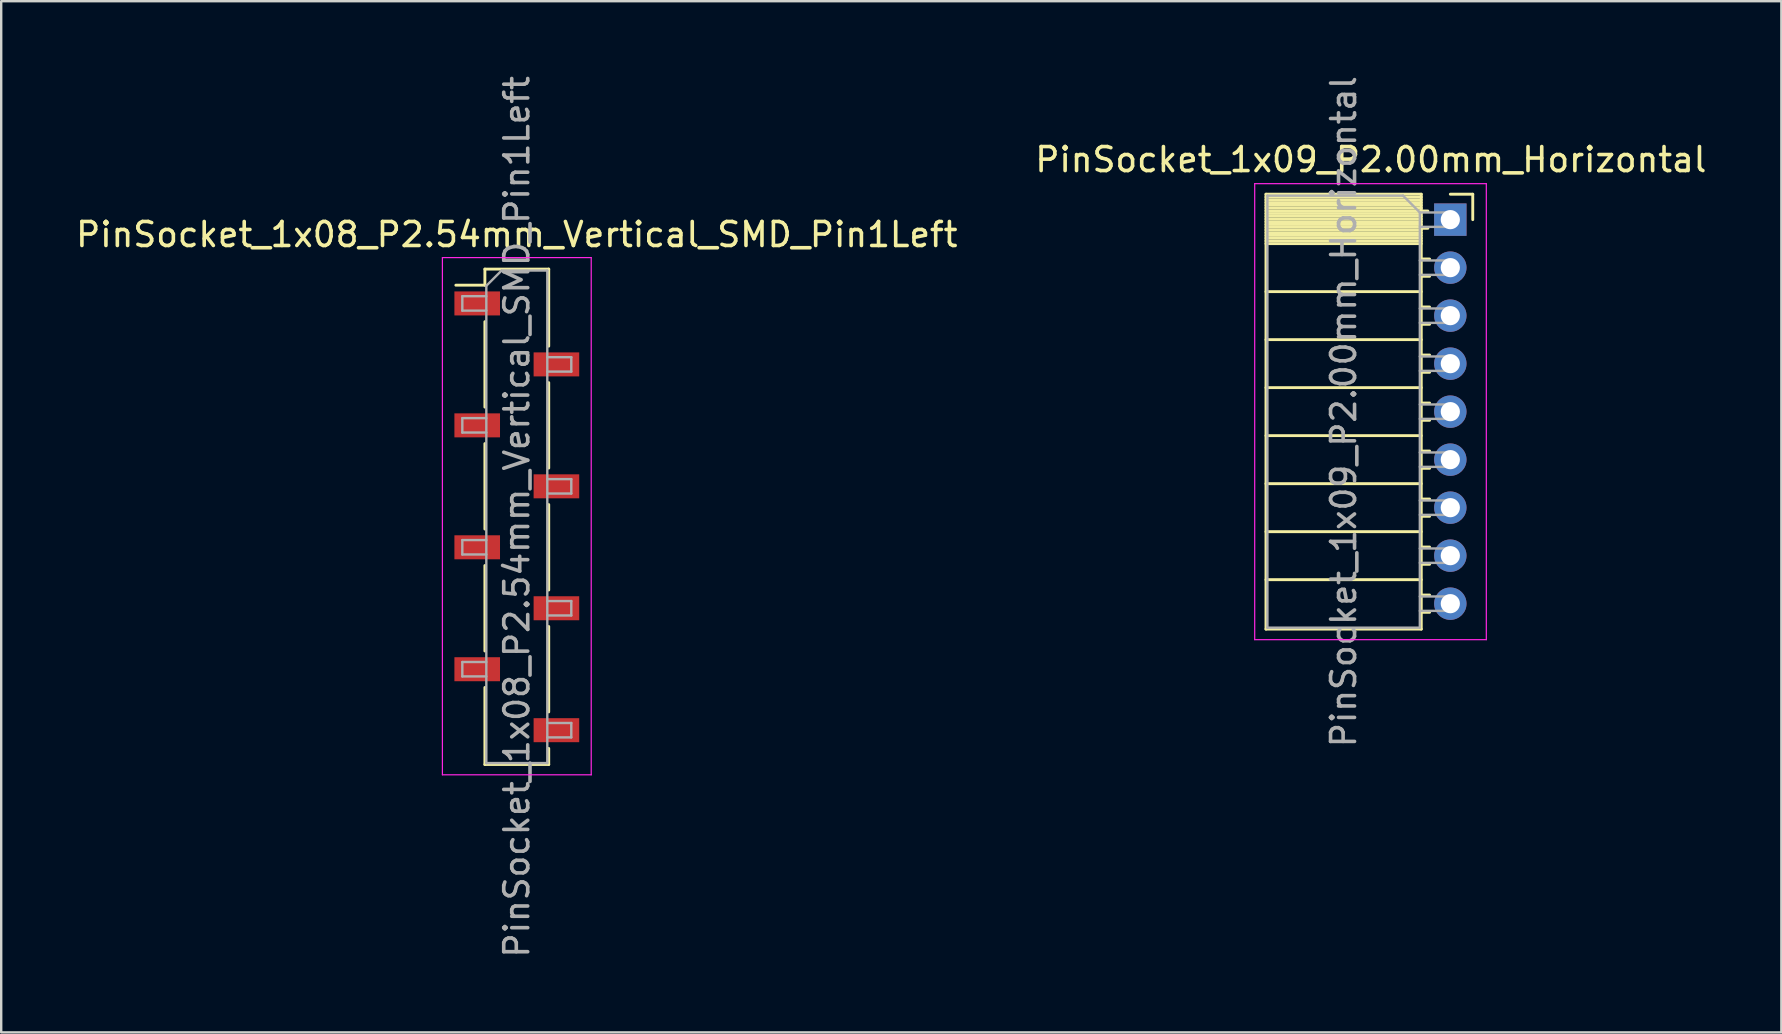
<source format=kicad_pcb>
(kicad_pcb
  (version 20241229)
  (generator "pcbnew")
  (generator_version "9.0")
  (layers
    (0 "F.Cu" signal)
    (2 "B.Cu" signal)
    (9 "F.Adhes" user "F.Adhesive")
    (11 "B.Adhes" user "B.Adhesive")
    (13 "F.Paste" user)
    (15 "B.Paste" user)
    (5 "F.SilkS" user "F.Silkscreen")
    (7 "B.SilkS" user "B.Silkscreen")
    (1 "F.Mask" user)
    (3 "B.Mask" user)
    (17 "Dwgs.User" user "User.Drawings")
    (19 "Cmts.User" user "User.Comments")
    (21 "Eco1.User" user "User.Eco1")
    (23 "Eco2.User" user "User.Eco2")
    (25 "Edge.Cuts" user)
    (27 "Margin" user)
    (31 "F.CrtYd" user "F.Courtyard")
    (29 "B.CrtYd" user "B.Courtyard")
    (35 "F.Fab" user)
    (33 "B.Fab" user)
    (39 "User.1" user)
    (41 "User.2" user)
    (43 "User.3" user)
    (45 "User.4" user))
  (footprint "PinSocket_1x09_P2.00mm_Horizontal"
    (layer "F.Cu")
    (at 57.375 6.101)
    (property "Reference" "PinSocket_1x09_P2.00mm_Horizontal" (at -3.31 -2.5 0) (layer "F.SilkS") (effects (font (size 1 1) (thickness 0.15))))
    (attr through_hole)
    (fp_line (start -7.68 -1.06) (end -7.68 17.06) (stroke (width 0.12) (type solid)) (layer "F.SilkS"))
    (fp_line (start -7.68 -1.06) (end -1.21 -1.06) (stroke (width 0.12) (type solid)) (layer "F.SilkS"))
    (fp_line (start -7.68 -0.94) (end -1.21 -0.94) (stroke (width 0.12) (type solid)) (layer "F.SilkS"))
    (fp_line (start -7.68 -0.826) (end -1.21 -0.826) (stroke (width 0.12) (type solid)) (layer "F.SilkS"))
    (fp_line (start -7.68 -0.712) (end -1.21 -0.712) (stroke (width 0.12) (type solid)) (layer "F.SilkS"))
    (fp_line (start -7.68 -0.598) (end -1.21 -0.598) (stroke (width 0.12) (type solid)) (layer "F.SilkS"))
    (fp_line (start -7.68 -0.484) (end -1.21 -0.484) (stroke (width 0.12) (type solid)) (layer "F.SilkS"))
    (fp_line (start -7.68 -0.369) (end -1.21 -0.369) (stroke (width 0.12) (type solid)) (layer "F.SilkS"))
    (fp_line (start -7.68 -0.255) (end -1.21 -0.255) (stroke (width 0.12) (type solid)) (layer "F.SilkS"))
    (fp_line (start -7.68 -0.141) (end -1.21 -0.141) (stroke (width 0.12) (type solid)) (layer "F.SilkS"))
    (fp_line (start -7.68 -0.027) (end -1.21 -0.027) (stroke (width 0.12) (type solid)) (layer "F.SilkS"))
    (fp_line (start -7.68 0.087) (end -1.21 0.087) (stroke (width 0.12) (type solid)) (layer "F.SilkS"))
    (fp_line (start -7.68 0.201) (end -1.21 0.201) (stroke (width 0.12) (type solid)) (layer "F.SilkS"))
    (fp_line (start -7.68 0.315) (end -1.21 0.315) (stroke (width 0.12) (type solid)) (layer "F.SilkS"))
    (fp_line (start -7.68 0.429) (end -1.21 0.429) (stroke (width 0.12) (type solid)) (layer "F.SilkS"))
    (fp_line (start -7.68 0.544) (end -1.21 0.544) (stroke (width 0.12) (type solid)) (layer "F.SilkS"))
    (fp_line (start -7.68 0.658) (end -1.21 0.658) (stroke (width 0.12) (type solid)) (layer "F.SilkS"))
    (fp_line (start -7.68 0.772) (end -1.21 0.772) (stroke (width 0.12) (type solid)) (layer "F.SilkS"))
    (fp_line (start -7.68 0.886) (end -1.21 0.886) (stroke (width 0.12) (type solid)) (layer "F.SilkS"))
    (fp_line (start -7.68 1) (end -1.21 1) (stroke (width 0.12) (type solid)) (layer "F.SilkS"))
    (fp_line (start -7.68 3) (end -1.21 3) (stroke (width 0.12) (type solid)) (layer "F.SilkS"))
    (fp_line (start -7.68 5) (end -1.21 5) (stroke (width 0.12) (type solid)) (layer "F.SilkS"))
    (fp_line (start -7.68 7) (end -1.21 7) (stroke (width 0.12) (type solid)) (layer "F.SilkS"))
    (fp_line (start -7.68 9) (end -1.21 9) (stroke (width 0.12) (type solid)) (layer "F.SilkS"))
    (fp_line (start -7.68 11) (end -1.21 11) (stroke (width 0.12) (type solid)) (layer "F.SilkS"))
    (fp_line (start -7.68 13) (end -1.21 13) (stroke (width 0.12) (type solid)) (layer "F.SilkS"))
    (fp_line (start -7.68 15) (end -1.21 15) (stroke (width 0.12) (type solid)) (layer "F.SilkS"))
    (fp_line (start -7.68 17.06) (end -1.21 17.06) (stroke (width 0.12) (type solid)) (layer "F.SilkS"))
    (fp_line (start -1.21 -1.06) (end -1.21 17.06) (stroke (width 0.12) (type solid)) (layer "F.SilkS"))
    (fp_line (start -1.21 -0.36) (end -0.935 -0.36) (stroke (width 0.12) (type solid)) (layer "F.SilkS"))
    (fp_line (start -1.21 0.36) (end -0.935 0.36) (stroke (width 0.12) (type solid)) (layer "F.SilkS"))
    (fp_line (start -1.21 1.64) (end -0.863 1.64) (stroke (width 0.12) (type solid)) (layer "F.SilkS"))
    (fp_line (start -1.21 2.36) (end -0.863 2.36) (stroke (width 0.12) (type solid)) (layer "F.SilkS"))
    (fp_line (start -1.21 3.64) (end -0.863 3.64) (stroke (width 0.12) (type solid)) (layer "F.SilkS"))
    (fp_line (start -1.21 4.36) (end -0.863 4.36) (stroke (width 0.12) (type solid)) (layer "F.SilkS"))
    (fp_line (start -1.21 5.64) (end -0.863 5.64) (stroke (width 0.12) (type solid)) (layer "F.SilkS"))
    (fp_line (start -1.21 6.36) (end -0.863 6.36) (stroke (width 0.12) (type solid)) (layer "F.SilkS"))
    (fp_line (start -1.21 7.64) (end -0.863 7.64) (stroke (width 0.12) (type solid)) (layer "F.SilkS"))
    (fp_line (start -1.21 8.36) (end -0.863 8.36) (stroke (width 0.12) (type solid)) (layer "F.SilkS"))
    (fp_line (start -1.21 9.64) (end -0.863 9.64) (stroke (width 0.12) (type solid)) (layer "F.SilkS"))
    (fp_line (start -1.21 10.36) (end -0.863 10.36) (stroke (width 0.12) (type solid)) (layer "F.SilkS"))
    (fp_line (start -1.21 11.64) (end -0.863 11.64) (stroke (width 0.12) (type solid)) (layer "F.SilkS"))
    (fp_line (start -1.21 12.36) (end -0.863 12.36) (stroke (width 0.12) (type solid)) (layer "F.SilkS"))
    (fp_line (start -1.21 13.64) (end -0.863 13.64) (stroke (width 0.12) (type solid)) (layer "F.SilkS"))
    (fp_line (start -1.21 14.36) (end -0.863 14.36) (stroke (width 0.12) (type solid)) (layer "F.SilkS"))
    (fp_line (start -1.21 15.64) (end -0.863 15.64) (stroke (width 0.12) (type solid)) (layer "F.SilkS"))
    (fp_line (start -1.21 16.36) (end -0.863 16.36) (stroke (width 0.12) (type solid)) (layer "F.SilkS"))
    (fp_line (start 0 -1.06) (end 0.935 -1.06) (stroke (width 0.12) (type solid)) (layer "F.SilkS"))
    (fp_line (start 0.935 -1.06) (end 0.935 0) (stroke (width 0.12) (type solid)) (layer "F.SilkS"))
    (fp_line (start -8.15 -1.5) (end -8.15 17.5) (stroke (width 0.05) (type solid)) (layer "F.CrtYd"))
    (fp_line (start -8.15 17.5) (end 1.5 17.5) (stroke (width 0.05) (type solid)) (layer "F.CrtYd"))
    (fp_line (start 1.5 -1.5) (end -8.15 -1.5) (stroke (width 0.05) (type solid)) (layer "F.CrtYd"))
    (fp_line (start 1.5 17.5) (end 1.5 -1.5) (stroke (width 0.05) (type solid)) (layer "F.CrtYd"))
    (fp_line (start -7.62 -1) (end -1.97 -1) (stroke (width 0.1) (type solid)) (layer "F.Fab"))
    (fp_line (start -7.62 17) (end -7.62 -1) (stroke (width 0.1) (type solid)) (layer "F.Fab"))
    (fp_line (start -1.97 -1) (end -1.27 -0.3) (stroke (width 0.1) (type solid)) (layer "F.Fab"))
    (fp_line (start -1.27 -0.3) (end -1.27 17) (stroke (width 0.1) (type solid)) (layer "F.Fab"))
    (fp_line (start -1.27 0.3) (end 0 0.3) (stroke (width 0.1) (type solid)) (layer "F.Fab"))
    (fp_line (start -1.27 2.3) (end 0 2.3) (stroke (width 0.1) (type solid)) (layer "F.Fab"))
    (fp_line (start -1.27 4.3) (end 0 4.3) (stroke (width 0.1) (type solid)) (layer "F.Fab"))
    (fp_line (start -1.27 6.3) (end 0 6.3) (stroke (width 0.1) (type solid)) (layer "F.Fab"))
    (fp_line (start -1.27 8.3) (end 0 8.3) (stroke (width 0.1) (type solid)) (layer "F.Fab"))
    (fp_line (start -1.27 10.3) (end 0 10.3) (stroke (width 0.1) (type solid)) (layer "F.Fab"))
    (fp_line (start -1.27 12.3) (end 0 12.3) (stroke (width 0.1) (type solid)) (layer "F.Fab"))
    (fp_line (start -1.27 14.3) (end 0 14.3) (stroke (width 0.1) (type solid)) (layer "F.Fab"))
    (fp_line (start -1.27 16.3) (end 0 16.3) (stroke (width 0.1) (type solid)) (layer "F.Fab"))
    (fp_line (start -1.27 17) (end -7.62 17) (stroke (width 0.1) (type solid)) (layer "F.Fab"))
    (fp_line (start 0 -0.3) (end -1.27 -0.3) (stroke (width 0.1) (type solid)) (layer "F.Fab"))
    (fp_line (start 0 0.3) (end 0 -0.3) (stroke (width 0.1) (type solid)) (layer "F.Fab"))
    (fp_line (start 0 1.7) (end -1.27 1.7) (stroke (width 0.1) (type solid)) (layer "F.Fab"))
    (fp_line (start 0 2.3) (end 0 1.7) (stroke (width 0.1) (type solid)) (layer "F.Fab"))
    (fp_line (start 0 3.7) (end -1.27 3.7) (stroke (width 0.1) (type solid)) (layer "F.Fab"))
    (fp_line (start 0 4.3) (end 0 3.7) (stroke (width 0.1) (type solid)) (layer "F.Fab"))
    (fp_line (start 0 5.7) (end -1.27 5.7) (stroke (width 0.1) (type solid)) (layer "F.Fab"))
    (fp_line (start 0 6.3) (end 0 5.7) (stroke (width 0.1) (type solid)) (layer "F.Fab"))
    (fp_line (start 0 7.7) (end -1.27 7.7) (stroke (width 0.1) (type solid)) (layer "F.Fab"))
    (fp_line (start 0 8.3) (end 0 7.7) (stroke (width 0.1) (type solid)) (layer "F.Fab"))
    (fp_line (start 0 9.7) (end -1.27 9.7) (stroke (width 0.1) (type solid)) (layer "F.Fab"))
    (fp_line (start 0 10.3) (end 0 9.7) (stroke (width 0.1) (type solid)) (layer "F.Fab"))
    (fp_line (start 0 11.7) (end -1.27 11.7) (stroke (width 0.1) (type solid)) (layer "F.Fab"))
    (fp_line (start 0 12.3) (end 0 11.7) (stroke (width 0.1) (type solid)) (layer "F.Fab"))
    (fp_line (start 0 13.7) (end -1.27 13.7) (stroke (width 0.1) (type solid)) (layer "F.Fab"))
    (fp_line (start 0 14.3) (end 0 13.7) (stroke (width 0.1) (type solid)) (layer "F.Fab"))
    (fp_line (start 0 15.7) (end -1.27 15.7) (stroke (width 0.1) (type solid)) (layer "F.Fab"))
    (fp_line (start 0 16.3) (end 0 15.7) (stroke (width 0.1) (type solid)) (layer "F.Fab"))
    (fp_text user "${REFERENCE}" (at -4.445 8 90) (layer "F.Fab") (effects (font (size 1 1) (thickness 0.15))))
    (pad "1" thru_hole rect (at 0 0) (size 1.35 1.35) (drill 0.8) (layers "*.Cu" "*.Mask"))
    (pad "2" thru_hole oval (at 0 2) (size 1.35 1.35) (drill 0.8) (layers "*.Cu" "*.Mask"))
    (pad "3" thru_hole oval (at 0 4) (size 1.35 1.35) (drill 0.8) (layers "*.Cu" "*.Mask"))
    (pad "4" thru_hole oval (at 0 6) (size 1.35 1.35) (drill 0.8) (layers "*.Cu" "*.Mask"))
    (pad "5" thru_hole oval (at 0 8) (size 1.35 1.35) (drill 0.8) (layers "*.Cu" "*.Mask"))
    (pad "6" thru_hole oval (at 0 10) (size 1.35 1.35) (drill 0.8) (layers "*.Cu" "*.Mask"))
    (pad "7" thru_hole oval (at 0 12) (size 1.35 1.35) (drill 0.8) (layers "*.Cu" "*.Mask"))
    (pad "8" thru_hole oval (at 0 14) (size 1.35 1.35) (drill 0.8) (layers "*.Cu" "*.Mask"))
    (pad "9" thru_hole oval (at 0 16) (size 1.35 1.35) (drill 0.8) (layers "*.Cu" "*.Mask")))
  (footprint "PinSocket_1x08_P2.54mm_Vertical_SMD_Pin1Left"
    (layer "F.Cu")
    (at 18.482 18.482)
    (property "Reference" "PinSocket_1x08_P2.54mm_Vertical_SMD_Pin1Left" (at 0 -11.76 0) (layer "F.SilkS") (effects (font (size 1 1) (thickness 0.15))))
    (attr smd)
    (fp_line (start -2.54 -9.65) (end -1.33 -9.65) (stroke (width 0.12) (type solid)) (layer "F.SilkS"))
    (fp_line (start -1.33 -10.32) (end -1.33 -9.65) (stroke (width 0.12) (type solid)) (layer "F.SilkS"))
    (fp_line (start -1.33 -10.32) (end 1.33 -10.32) (stroke (width 0.12) (type solid)) (layer "F.SilkS"))
    (fp_line (start -1.33 -8.13) (end -1.33 -4.57) (stroke (width 0.12) (type solid)) (layer "F.SilkS"))
    (fp_line (start -1.33 -3.05) (end -1.33 0.51) (stroke (width 0.12) (type solid)) (layer "F.SilkS"))
    (fp_line (start -1.33 2.03) (end -1.33 5.59) (stroke (width 0.12) (type solid)) (layer "F.SilkS"))
    (fp_line (start -1.33 7.11) (end -1.33 10.32) (stroke (width 0.12) (type solid)) (layer "F.SilkS"))
    (fp_line (start -1.33 10.32) (end 1.33 10.32) (stroke (width 0.12) (type solid)) (layer "F.SilkS"))
    (fp_line (start 1.33 -10.32) (end 1.33 -7.11) (stroke (width 0.12) (type solid)) (layer "F.SilkS"))
    (fp_line (start 1.33 -5.59) (end 1.33 -2.03) (stroke (width 0.12) (type solid)) (layer "F.SilkS"))
    (fp_line (start 1.33 -0.51) (end 1.33 3.05) (stroke (width 0.12) (type solid)) (layer "F.SilkS"))
    (fp_line (start 1.33 4.57) (end 1.33 8.13) (stroke (width 0.12) (type solid)) (layer "F.SilkS"))
    (fp_line (start 1.33 9.65) (end 1.33 10.32) (stroke (width 0.12) (type solid)) (layer "F.SilkS"))
    (fp_line (start -3.1 -10.8) (end 3.1 -10.8) (stroke (width 0.05) (type solid)) (layer "F.CrtYd"))
    (fp_line (start -3.1 10.75) (end -3.1 -10.8) (stroke (width 0.05) (type solid)) (layer "F.CrtYd"))
    (fp_line (start 3.1 -10.8) (end 3.1 10.75) (stroke (width 0.05) (type solid)) (layer "F.CrtYd"))
    (fp_line (start 3.1 10.75) (end -3.1 10.75) (stroke (width 0.05) (type solid)) (layer "F.CrtYd"))
    (fp_line (start -2.27 -9.19) (end -1.27 -9.19) (stroke (width 0.1) (type solid)) (layer "F.Fab"))
    (fp_line (start -2.27 -8.59) (end -2.27 -9.19) (stroke (width 0.1) (type solid)) (layer "F.Fab"))
    (fp_line (start -2.27 -4.11) (end -1.27 -4.11) (stroke (width 0.1) (type solid)) (layer "F.Fab"))
    (fp_line (start -2.27 -3.51) (end -2.27 -4.11) (stroke (width 0.1) (type solid)) (layer "F.Fab"))
    (fp_line (start -2.27 0.97) (end -1.27 0.97) (stroke (width 0.1) (type solid)) (layer "F.Fab"))
    (fp_line (start -2.27 1.57) (end -2.27 0.97) (stroke (width 0.1) (type solid)) (layer "F.Fab"))
    (fp_line (start -2.27 6.05) (end -1.27 6.05) (stroke (width 0.1) (type solid)) (layer "F.Fab"))
    (fp_line (start -2.27 6.65) (end -2.27 6.05) (stroke (width 0.1) (type solid)) (layer "F.Fab"))
    (fp_line (start -1.27 -9.625) (end -0.635 -10.26) (stroke (width 0.1) (type solid)) (layer "F.Fab"))
    (fp_line (start -1.27 -8.59) (end -2.27 -8.59) (stroke (width 0.1) (type solid)) (layer "F.Fab"))
    (fp_line (start -1.27 -3.51) (end -2.27 -3.51) (stroke (width 0.1) (type solid)) (layer "F.Fab"))
    (fp_line (start -1.27 1.57) (end -2.27 1.57) (stroke (width 0.1) (type solid)) (layer "F.Fab"))
    (fp_line (start -1.27 6.65) (end -2.27 6.65) (stroke (width 0.1) (type solid)) (layer "F.Fab"))
    (fp_line (start -1.27 10.26) (end -1.27 -9.625) (stroke (width 0.1) (type solid)) (layer "F.Fab"))
    (fp_line (start -0.635 -10.26) (end 1.27 -10.26) (stroke (width 0.1) (type solid)) (layer "F.Fab"))
    (fp_line (start 1.27 -10.26) (end 1.27 10.26) (stroke (width 0.1) (type solid)) (layer "F.Fab"))
    (fp_line (start 1.27 -6.65) (end 2.27 -6.65) (stroke (width 0.1) (type solid)) (layer "F.Fab"))
    (fp_line (start 1.27 -1.57) (end 2.27 -1.57) (stroke (width 0.1) (type solid)) (layer "F.Fab"))
    (fp_line (start 1.27 3.51) (end 2.27 3.51) (stroke (width 0.1) (type solid)) (layer "F.Fab"))
    (fp_line (start 1.27 8.59) (end 2.27 8.59) (stroke (width 0.1) (type solid)) (layer "F.Fab"))
    (fp_line (start 1.27 10.26) (end -1.27 10.26) (stroke (width 0.1) (type solid)) (layer "F.Fab"))
    (fp_line (start 2.27 -6.65) (end 2.27 -6.05) (stroke (width 0.1) (type solid)) (layer "F.Fab"))
    (fp_line (start 2.27 -6.05) (end 1.27 -6.05) (stroke (width 0.1) (type solid)) (layer "F.Fab"))
    (fp_line (start 2.27 -1.57) (end 2.27 -0.97) (stroke (width 0.1) (type solid)) (layer "F.Fab"))
    (fp_line (start 2.27 -0.97) (end 1.27 -0.97) (stroke (width 0.1) (type solid)) (layer "F.Fab"))
    (fp_line (start 2.27 3.51) (end 2.27 4.11) (stroke (width 0.1) (type solid)) (layer "F.Fab"))
    (fp_line (start 2.27 4.11) (end 1.27 4.11) (stroke (width 0.1) (type solid)) (layer "F.Fab"))
    (fp_line (start 2.27 8.59) (end 2.27 9.19) (stroke (width 0.1) (type solid)) (layer "F.Fab"))
    (fp_line (start 2.27 9.19) (end 1.27 9.19) (stroke (width 0.1) (type solid)) (layer "F.Fab"))
    (fp_text user "${REFERENCE}" (at 0 0 90) (layer "F.Fab") (effects (font (size 1 1) (thickness 0.15))))
    (pad "1" smd rect (at -1.65 -8.89) (size 1.9 1) (layers "F.Cu" "F.Mask" "F.Paste"))
    (pad "2" smd rect (at 1.65 -6.35) (size 1.9 1) (layers "F.Cu" "F.Mask" "F.Paste"))
    (pad "3" smd rect (at -1.65 -3.81) (size 1.9 1) (layers "F.Cu" "F.Mask" "F.Paste"))
    (pad "4" smd rect (at 1.65 -1.27) (size 1.9 1) (layers "F.Cu" "F.Mask" "F.Paste"))
    (pad "5" smd rect (at -1.65 1.27) (size 1.9 1) (layers "F.Cu" "F.Mask" "F.Paste"))
    (pad "6" smd rect (at 1.65 3.81) (size 1.9 1) (layers "F.Cu" "F.Mask" "F.Paste"))
    (pad "7" smd rect (at -1.65 6.35) (size 1.9 1) (layers "F.Cu" "F.Mask" "F.Paste"))
    (pad "8" smd rect (at 1.65 8.89) (size 1.9 1) (layers "F.Cu" "F.Mask" "F.Paste")))
  (gr_rect
    (start -3 -3)
    (end 71.167 39.964)
    (stroke (width 0.1) (type default))
    (fill no)
    (layer "Edge.Cuts")))
</source>
